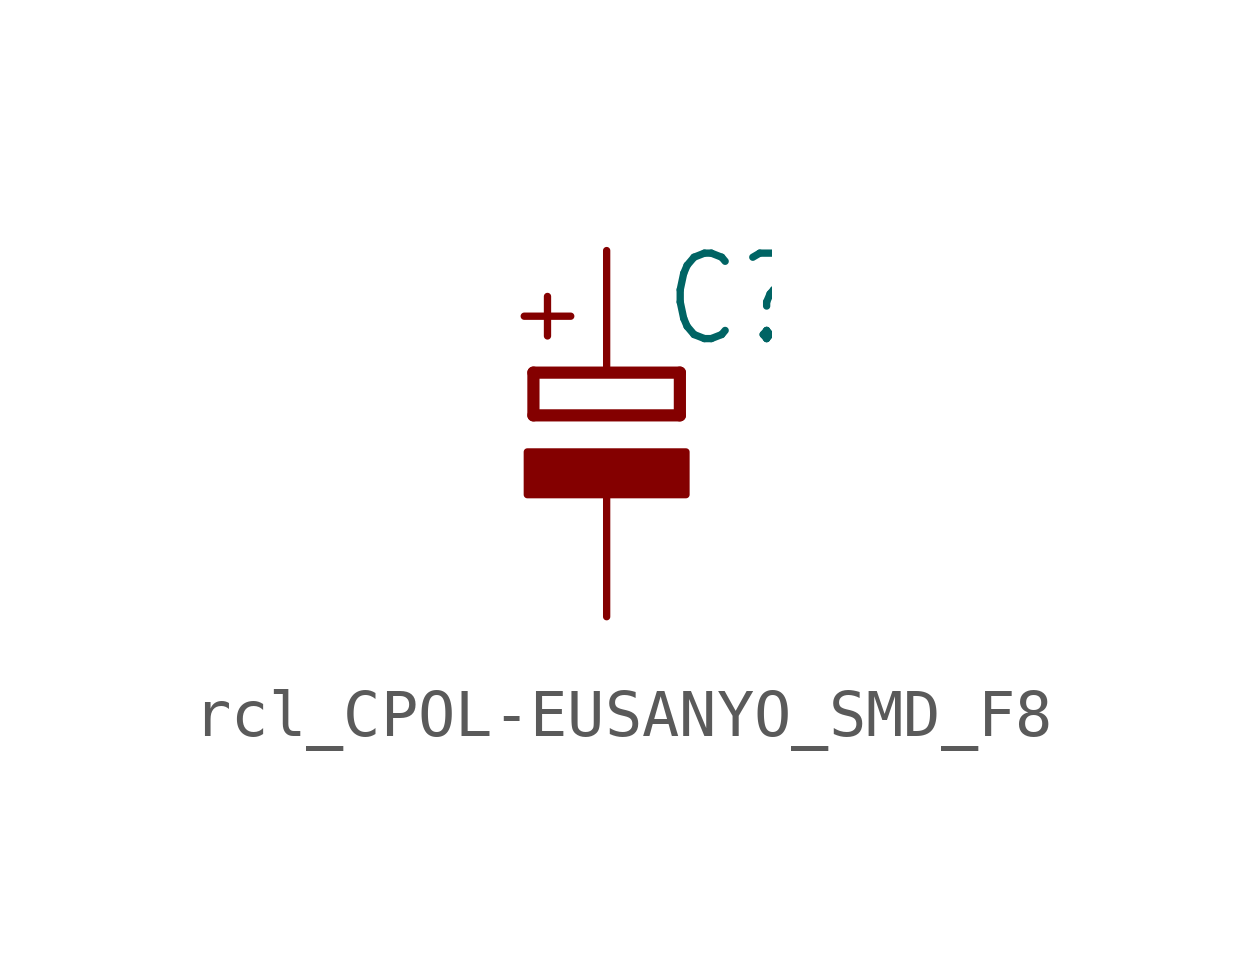
<source format=kicad_sym>
(kicad_symbol_lib
  (version 20241209)
  (generator "kicad_symbol_editor")
  (generator_version "9.0")
  (symbol "rcl_CPOL-EUSANYO_SMD_F8"
    (property "Reference" "C"
      (at 1.143 0.483 0)
      (effects (font (size 1.778 1.511)) (justify left bottom)))
    (property "Value" ""
      (at 1.143 -4.597 0)
      (effects (font (size 1.778 1.511)) (justify left bottom)))
    (property "ki_locked" ""
      (at 0 0 0)
      (effects (font (size 1.27 1.27))))
    (symbol "rcl_CPOL-EUSANYO_SMD_F8_1_0"
      (rectangle (start -1.651 -2.54) (end 1.651 -1.651) (stroke (width 0) (type default)) (fill (type outline)))
      (polyline (pts (xy -1.524 0) (xy -1.524 -0.889)) (stroke (width 0.254) (type solid)) (fill (type none)))
      (polyline (pts (xy -1.524 0) (xy 1.524 0)) (stroke (width 0.254) (type solid)) (fill (type none)))
      (polyline (pts (xy -1.524 -0.889) (xy 1.524 -0.889)) (stroke (width 0.254) (type solid)) (fill (type none)))
      (polyline (pts (xy 1.524 -0.889) (xy 1.524 0)) (stroke (width 0.254) (type solid)) (fill (type none)))
      (text "+" (at -0.584 0.406 900) (effects (font (size 1.27 1.079)) (justify left bottom)))
      (pin passive line (at 0 2.54 270) (length 2.54) (name "+" (effects (font (size 0 0)))) (number "+" (effects (font (size 0 0)))))
      (pin passive line (at 0 -5.08 90) (length 2.54) (name "-" (effects (font (size 0 0)))) (number "-" (effects (font (size 0 0))))))))
</source>
